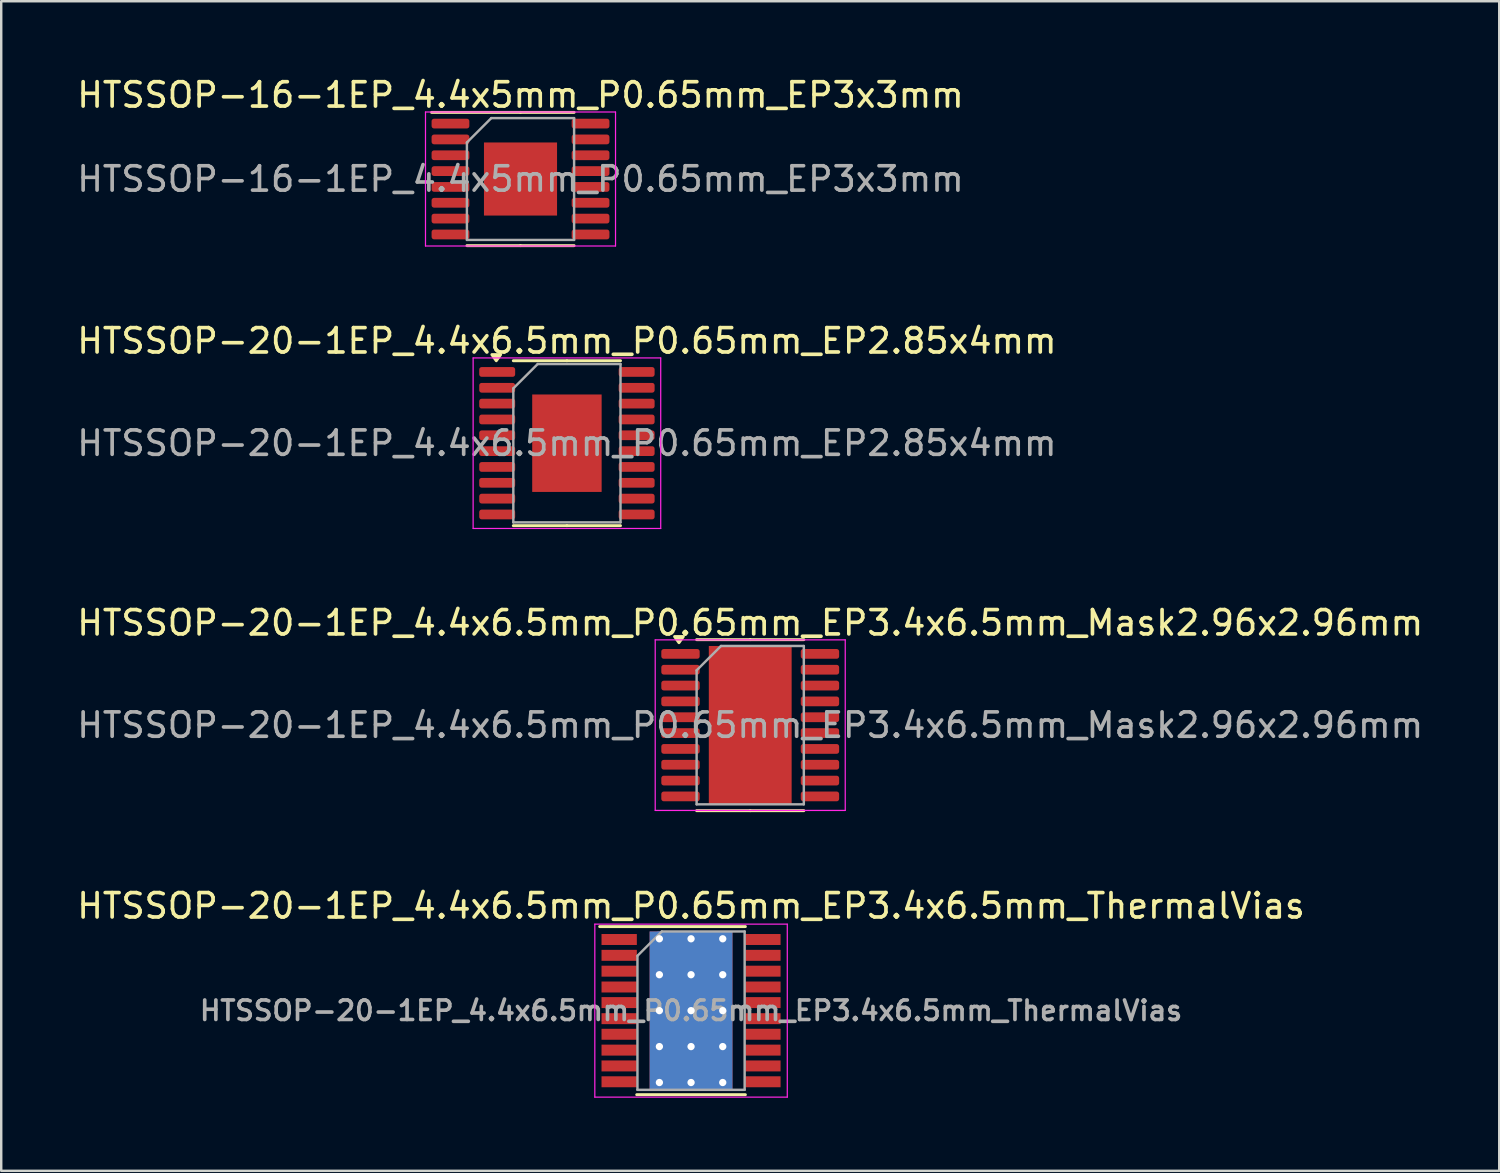
<source format=kicad_pcb>
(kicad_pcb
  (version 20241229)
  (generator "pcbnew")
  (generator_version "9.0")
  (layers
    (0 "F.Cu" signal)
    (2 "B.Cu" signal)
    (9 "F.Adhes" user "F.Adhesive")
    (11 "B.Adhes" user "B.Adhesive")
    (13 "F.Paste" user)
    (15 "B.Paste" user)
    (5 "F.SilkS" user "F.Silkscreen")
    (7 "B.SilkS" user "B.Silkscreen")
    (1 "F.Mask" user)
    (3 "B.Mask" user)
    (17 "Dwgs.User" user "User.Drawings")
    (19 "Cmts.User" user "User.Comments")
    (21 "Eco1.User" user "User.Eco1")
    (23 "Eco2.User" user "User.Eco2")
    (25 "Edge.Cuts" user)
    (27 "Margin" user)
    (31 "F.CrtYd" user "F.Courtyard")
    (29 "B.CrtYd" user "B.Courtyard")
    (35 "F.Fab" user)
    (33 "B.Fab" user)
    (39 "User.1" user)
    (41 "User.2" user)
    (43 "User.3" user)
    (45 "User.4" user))
  (footprint "HTSSOP-16-1EP_4.4x5mm_P0.65mm_EP3x3mm"
    (layer "F.Cu")
    (at 18.315 4.298)
    (property "Reference" "HTSSOP-16-1EP_4.4x5mm_P0.65mm_EP3x3mm" (at 0 -3.45 0) (layer "F.SilkS") (effects (font (size 1 1) (thickness 0.15))))
    (attr smd)
    (fp_line (start 0 -2.735) (end -3.65 -2.735) (stroke (width 0.12) (type solid)) (layer "F.SilkS"))
    (fp_line (start 0 -2.735) (end 2.2 -2.735) (stroke (width 0.12) (type solid)) (layer "F.SilkS"))
    (fp_line (start 0 2.735) (end -2.2 2.735) (stroke (width 0.12) (type solid)) (layer "F.SilkS"))
    (fp_line (start 0 2.735) (end 2.2 2.735) (stroke (width 0.12) (type solid)) (layer "F.SilkS"))
    (fp_line (start -3.9 -2.75) (end -3.9 2.75) (stroke (width 0.05) (type solid)) (layer "F.CrtYd"))
    (fp_line (start -3.9 2.75) (end 3.9 2.75) (stroke (width 0.05) (type solid)) (layer "F.CrtYd"))
    (fp_line (start 3.9 -2.75) (end -3.9 -2.75) (stroke (width 0.05) (type solid)) (layer "F.CrtYd"))
    (fp_line (start 3.9 2.75) (end 3.9 -2.75) (stroke (width 0.05) (type solid)) (layer "F.CrtYd"))
    (fp_line (start -2.2 -1.5) (end -1.2 -2.5) (stroke (width 0.1) (type solid)) (layer "F.Fab"))
    (fp_line (start -2.2 2.5) (end -2.2 -1.5) (stroke (width 0.1) (type solid)) (layer "F.Fab"))
    (fp_line (start -1.2 -2.5) (end 2.2 -2.5) (stroke (width 0.1) (type solid)) (layer "F.Fab"))
    (fp_line (start 2.2 -2.5) (end 2.2 2.5) (stroke (width 0.1) (type solid)) (layer "F.Fab"))
    (fp_line (start 2.2 2.5) (end -2.2 2.5) (stroke (width 0.1) (type solid)) (layer "F.Fab"))
    (fp_text user "${REFERENCE}" (at 0 0 0) (layer "F.Fab") (effects (font (size 1 1) (thickness 0.15))))
    (pad "" smd roundrect (at -0.75 -0.75) (size 1.21 1.21) (layers "F.Paste") (roundrect_rratio 0.207))
    (pad "" smd roundrect (at -0.75 0.75) (size 1.21 1.21) (layers "F.Paste") (roundrect_rratio 0.207))
    (pad "" smd roundrect (at 0.75 -0.75) (size 1.21 1.21) (layers "F.Paste") (roundrect_rratio 0.207))
    (pad "" smd roundrect (at 0.75 0.75) (size 1.21 1.21) (layers "F.Paste") (roundrect_rratio 0.207))
    (pad "1" smd roundrect (at -2.875 -2.275) (size 1.55 0.4) (layers "F.Cu" "F.Mask" "F.Paste") (roundrect_rratio 0.25))
    (pad "2" smd roundrect (at -2.875 -1.625) (size 1.55 0.4) (layers "F.Cu" "F.Mask" "F.Paste") (roundrect_rratio 0.25))
    (pad "3" smd roundrect (at -2.875 -0.975) (size 1.55 0.4) (layers "F.Cu" "F.Mask" "F.Paste") (roundrect_rratio 0.25))
    (pad "4" smd roundrect (at -2.875 -0.325) (size 1.55 0.4) (layers "F.Cu" "F.Mask" "F.Paste") (roundrect_rratio 0.25))
    (pad "5" smd roundrect (at -2.875 0.325) (size 1.55 0.4) (layers "F.Cu" "F.Mask" "F.Paste") (roundrect_rratio 0.25))
    (pad "6" smd roundrect (at -2.875 0.975) (size 1.55 0.4) (layers "F.Cu" "F.Mask" "F.Paste") (roundrect_rratio 0.25))
    (pad "7" smd roundrect (at -2.875 1.625) (size 1.55 0.4) (layers "F.Cu" "F.Mask" "F.Paste") (roundrect_rratio 0.25))
    (pad "8" smd roundrect (at -2.875 2.275) (size 1.55 0.4) (layers "F.Cu" "F.Mask" "F.Paste") (roundrect_rratio 0.25))
    (pad "9" smd roundrect (at 2.875 2.275) (size 1.55 0.4) (layers "F.Cu" "F.Mask" "F.Paste") (roundrect_rratio 0.25))
    (pad "10" smd roundrect (at 2.875 1.625) (size 1.55 0.4) (layers "F.Cu" "F.Mask" "F.Paste") (roundrect_rratio 0.25))
    (pad "11" smd roundrect (at 2.875 0.975) (size 1.55 0.4) (layers "F.Cu" "F.Mask" "F.Paste") (roundrect_rratio 0.25))
    (pad "12" smd roundrect (at 2.875 0.325) (size 1.55 0.4) (layers "F.Cu" "F.Mask" "F.Paste") (roundrect_rratio 0.25))
    (pad "13" smd roundrect (at 2.875 -0.325) (size 1.55 0.4) (layers "F.Cu" "F.Mask" "F.Paste") (roundrect_rratio 0.25))
    (pad "14" smd roundrect (at 2.875 -0.975) (size 1.55 0.4) (layers "F.Cu" "F.Mask" "F.Paste") (roundrect_rratio 0.25))
    (pad "15" smd roundrect (at 2.875 -1.625) (size 1.55 0.4) (layers "F.Cu" "F.Mask" "F.Paste") (roundrect_rratio 0.25))
    (pad "16" smd roundrect (at 2.875 -2.275) (size 1.55 0.4) (layers "F.Cu" "F.Mask" "F.Paste") (roundrect_rratio 0.25))
    (pad "17" smd rect (at 0 0) (size 3 3) (layers "F.Cu" "F.Mask")))
  (footprint "HTSSOP-20-1EP_4.4x6.5mm_P0.65mm_EP2.85x4mm"
    (layer "F.Cu")
    (at 20.22 15.142)
    (property "Reference" "HTSSOP-20-1EP_4.4x6.5mm_P0.65mm_EP2.85x4mm" (at 0 -4.2 0) (layer "F.SilkS") (effects (font (size 1 1) (thickness 0.15))))
    (attr smd)
    (fp_line (start 0 -3.385) (end -2.2 -3.385) (stroke (width 0.12) (type solid)) (layer "F.SilkS"))
    (fp_line (start 0 -3.385) (end 2.2 -3.385) (stroke (width 0.12) (type solid)) (layer "F.SilkS"))
    (fp_line (start 0 3.385) (end -2.2 3.385) (stroke (width 0.12) (type solid)) (layer "F.SilkS"))
    (fp_line (start 0 3.385) (end 2.2 3.385) (stroke (width 0.12) (type solid)) (layer "F.SilkS"))
    (fp_poly (pts (xy -2.9 -3.385) (xy -3.08 -3.637) (xy -2.72 -3.637) (xy -2.9 -3.385)) (stroke (width 0.12) (type solid)) (fill yes) (layer "F.SilkS"))
    (fp_line (start -3.85 -3.5) (end -3.85 3.5) (stroke (width 0.05) (type solid)) (layer "F.CrtYd"))
    (fp_line (start -3.85 3.5) (end 3.85 3.5) (stroke (width 0.05) (type solid)) (layer "F.CrtYd"))
    (fp_line (start 3.85 -3.5) (end -3.85 -3.5) (stroke (width 0.05) (type solid)) (layer "F.CrtYd"))
    (fp_line (start 3.85 3.5) (end 3.85 -3.5) (stroke (width 0.05) (type solid)) (layer "F.CrtYd"))
    (fp_line (start -2.2 -2.25) (end -1.2 -3.25) (stroke (width 0.1) (type solid)) (layer "F.Fab"))
    (fp_line (start -2.2 3.25) (end -2.2 -2.25) (stroke (width 0.1) (type solid)) (layer "F.Fab"))
    (fp_line (start -1.2 -3.25) (end 2.2 -3.25) (stroke (width 0.1) (type solid)) (layer "F.Fab"))
    (fp_line (start 2.2 -3.25) (end 2.2 3.25) (stroke (width 0.1) (type solid)) (layer "F.Fab"))
    (fp_line (start 2.2 3.25) (end -2.2 3.25) (stroke (width 0.1) (type solid)) (layer "F.Fab"))
    (fp_text user "${REFERENCE}" (at 0 0 0) (layer "F.Fab") (effects (font (size 1 1) (thickness 0.15))))
    (pad "" smd roundrect (at 0 -1) (size 2.3 1.61) (layers "F.Paste") (roundrect_rratio 0.155))
    (pad "" smd roundrect (at 0 1) (size 2.3 1.61) (layers "F.Paste") (roundrect_rratio 0.155))
    (pad "1" smd roundrect (at -2.862 -2.925) (size 1.475 0.4) (layers "F.Cu" "F.Mask" "F.Paste") (roundrect_rratio 0.25))
    (pad "2" smd roundrect (at -2.862 -2.275) (size 1.475 0.4) (layers "F.Cu" "F.Mask" "F.Paste") (roundrect_rratio 0.25))
    (pad "3" smd roundrect (at -2.862 -1.625) (size 1.475 0.4) (layers "F.Cu" "F.Mask" "F.Paste") (roundrect_rratio 0.25))
    (pad "4" smd roundrect (at -2.862 -0.975) (size 1.475 0.4) (layers "F.Cu" "F.Mask" "F.Paste") (roundrect_rratio 0.25))
    (pad "5" smd roundrect (at -2.862 -0.325) (size 1.475 0.4) (layers "F.Cu" "F.Mask" "F.Paste") (roundrect_rratio 0.25))
    (pad "6" smd roundrect (at -2.862 0.325) (size 1.475 0.4) (layers "F.Cu" "F.Mask" "F.Paste") (roundrect_rratio 0.25))
    (pad "7" smd roundrect (at -2.862 0.975) (size 1.475 0.4) (layers "F.Cu" "F.Mask" "F.Paste") (roundrect_rratio 0.25))
    (pad "8" smd roundrect (at -2.862 1.625) (size 1.475 0.4) (layers "F.Cu" "F.Mask" "F.Paste") (roundrect_rratio 0.25))
    (pad "9" smd roundrect (at -2.862 2.275) (size 1.475 0.4) (layers "F.Cu" "F.Mask" "F.Paste") (roundrect_rratio 0.25))
    (pad "10" smd roundrect (at -2.862 2.925) (size 1.475 0.4) (layers "F.Cu" "F.Mask" "F.Paste") (roundrect_rratio 0.25))
    (pad "11" smd roundrect (at 2.862 2.925) (size 1.475 0.4) (layers "F.Cu" "F.Mask" "F.Paste") (roundrect_rratio 0.25))
    (pad "12" smd roundrect (at 2.862 2.275) (size 1.475 0.4) (layers "F.Cu" "F.Mask" "F.Paste") (roundrect_rratio 0.25))
    (pad "13" smd roundrect (at 2.862 1.625) (size 1.475 0.4) (layers "F.Cu" "F.Mask" "F.Paste") (roundrect_rratio 0.25))
    (pad "14" smd roundrect (at 2.862 0.975) (size 1.475 0.4) (layers "F.Cu" "F.Mask" "F.Paste") (roundrect_rratio 0.25))
    (pad "15" smd roundrect (at 2.862 0.325) (size 1.475 0.4) (layers "F.Cu" "F.Mask" "F.Paste") (roundrect_rratio 0.25))
    (pad "16" smd roundrect (at 2.862 -0.325) (size 1.475 0.4) (layers "F.Cu" "F.Mask" "F.Paste") (roundrect_rratio 0.25))
    (pad "17" smd roundrect (at 2.862 -0.975) (size 1.475 0.4) (layers "F.Cu" "F.Mask" "F.Paste") (roundrect_rratio 0.25))
    (pad "18" smd roundrect (at 2.862 -1.625) (size 1.475 0.4) (layers "F.Cu" "F.Mask" "F.Paste") (roundrect_rratio 0.25))
    (pad "19" smd roundrect (at 2.862 -2.275) (size 1.475 0.4) (layers "F.Cu" "F.Mask" "F.Paste") (roundrect_rratio 0.25))
    (pad "20" smd roundrect (at 2.862 -2.925) (size 1.475 0.4) (layers "F.Cu" "F.Mask" "F.Paste") (roundrect_rratio 0.25))
    (pad "21" smd rect (at 0 0) (size 2.85 4) (property pad_prop_heatsink) (layers "F.Cu" "F.Mask")))
  (footprint "HTSSOP-20-1EP_4.4x6.5mm_P0.65mm_EP3.4x6.5mm_ThermalVias"
    (layer "F.Cu")
    (at 25.315 38.433)
    (property "Reference" "HTSSOP-20-1EP_4.4x6.5mm_P0.65mm_EP3.4x6.5mm_ThermalVias" (at 0 -4.3 0) (layer "F.SilkS") (effects (font (size 1 1) (thickness 0.15))))
    (attr smd)
    (fp_line (start -3.75 -3.45) (end 2.23 -3.45) (stroke (width 0.12) (type solid)) (layer "F.SilkS"))
    (fp_line (start -2.23 3.45) (end 2.23 3.45) (stroke (width 0.12) (type solid)) (layer "F.SilkS"))
    (fp_line (start -3.95 -3.55) (end -3.95 3.55) (stroke (width 0.05) (type solid)) (layer "F.CrtYd"))
    (fp_line (start -3.95 -3.55) (end 3.95 -3.55) (stroke (width 0.05) (type solid)) (layer "F.CrtYd"))
    (fp_line (start -3.95 3.55) (end 3.95 3.55) (stroke (width 0.05) (type solid)) (layer "F.CrtYd"))
    (fp_line (start 3.95 -3.55) (end 3.95 3.55) (stroke (width 0.05) (type solid)) (layer "F.CrtYd"))
    (fp_line (start -2.2 -2.25) (end -1.2 -3.25) (stroke (width 0.1) (type solid)) (layer "F.Fab"))
    (fp_line (start -2.2 3.25) (end -2.2 -2.25) (stroke (width 0.1) (type solid)) (layer "F.Fab"))
    (fp_line (start -1.2 -3.25) (end 2.2 -3.25) (stroke (width 0.1) (type solid)) (layer "F.Fab"))
    (fp_line (start 2.2 -3.25) (end 2.2 3.25) (stroke (width 0.1) (type solid)) (layer "F.Fab"))
    (fp_line (start 2.2 3.25) (end -2.2 3.25) (stroke (width 0.1) (type solid)) (layer "F.Fab"))
    (fp_text user "${REFERENCE}" (at 0 0 0) (layer "F.Fab") (effects (font (size 0.8 0.8) (thickness 0.15))))
    (pad "" smd rect (at -0.85 -2.212) (size 1.4 1.075) (layers "F.Paste"))
    (pad "" smd rect (at -0.85 -0.738) (size 1.4 1.075) (layers "F.Paste"))
    (pad "" smd rect (at -0.85 0.738) (size 1.4 1.075) (layers "F.Paste"))
    (pad "" smd rect (at -0.85 2.212) (size 1.4 1.075) (layers "F.Paste"))
    (pad "" smd rect (at 0.85 -2.212) (size 1.4 1.075) (layers "F.Paste"))
    (pad "" smd rect (at 0.85 -0.738) (size 1.4 1.075) (layers "F.Paste"))
    (pad "" smd rect (at 0.85 0.738) (size 1.4 1.075) (layers "F.Paste"))
    (pad "" smd rect (at 0.85 2.212) (size 1.4 1.075) (layers "F.Paste"))
    (pad "1" smd rect (at -2.95 -2.92) (size 1.45 0.45) (layers "F.Cu" "F.Mask" "F.Paste"))
    (pad "2" smd rect (at -2.95 -2.27) (size 1.45 0.45) (layers "F.Cu" "F.Mask" "F.Paste"))
    (pad "3" smd rect (at -2.95 -1.62) (size 1.45 0.45) (layers "F.Cu" "F.Mask" "F.Paste"))
    (pad "4" smd rect (at -2.95 -0.97) (size 1.45 0.45) (layers "F.Cu" "F.Mask" "F.Paste"))
    (pad "5" smd rect (at -2.95 -0.33) (size 1.45 0.45) (layers "F.Cu" "F.Mask" "F.Paste"))
    (pad "6" smd rect (at -2.95 0.33) (size 1.45 0.45) (layers "F.Cu" "F.Mask" "F.Paste"))
    (pad "7" smd rect (at -2.95 0.97) (size 1.45 0.45) (layers "F.Cu" "F.Mask" "F.Paste"))
    (pad "8" smd rect (at -2.95 1.62) (size 1.45 0.45) (layers "F.Cu" "F.Mask" "F.Paste"))
    (pad "9" smd rect (at -2.95 2.27) (size 1.45 0.45) (layers "F.Cu" "F.Mask" "F.Paste"))
    (pad "10" smd rect (at -2.95 2.92) (size 1.45 0.45) (layers "F.Cu" "F.Mask" "F.Paste"))
    (pad "11" smd rect (at 2.95 2.92) (size 1.45 0.45) (layers "F.Cu" "F.Mask" "F.Paste"))
    (pad "12" smd rect (at 2.95 2.27) (size 1.45 0.45) (layers "F.Cu" "F.Mask" "F.Paste"))
    (pad "13" smd rect (at 2.95 1.62) (size 1.45 0.45) (layers "F.Cu" "F.Mask" "F.Paste"))
    (pad "14" smd rect (at 2.95 0.97) (size 1.45 0.45) (layers "F.Cu" "F.Mask" "F.Paste"))
    (pad "15" smd rect (at 2.95 0.33) (size 1.45 0.45) (layers "F.Cu" "F.Mask" "F.Paste"))
    (pad "16" smd rect (at 2.95 -0.33) (size 1.45 0.45) (layers "F.Cu" "F.Mask" "F.Paste"))
    (pad "17" smd rect (at 2.95 -0.97) (size 1.45 0.45) (layers "F.Cu" "F.Mask" "F.Paste"))
    (pad "18" smd rect (at 2.95 -1.62) (size 1.45 0.45) (layers "F.Cu" "F.Mask" "F.Paste"))
    (pad "19" smd rect (at 2.95 -2.27) (size 1.45 0.45) (layers "F.Cu" "F.Mask" "F.Paste"))
    (pad "20" smd rect (at 2.95 -2.92) (size 1.45 0.45) (layers "F.Cu" "F.Mask" "F.Paste"))
    (pad "21" thru_hole circle (at -1.3 -2.95) (size 0.6 0.6) (drill 0.3) (layers "*.Cu"))
    (pad "21" thru_hole circle (at -1.3 -1.475) (size 0.6 0.6) (drill 0.3) (layers "*.Cu"))
    (pad "21" thru_hole circle (at -1.3 0) (size 0.6 0.6) (drill 0.3) (layers "*.Cu"))
    (pad "21" thru_hole circle (at -1.3 1.475) (size 0.6 0.6) (drill 0.3) (layers "*.Cu"))
    (pad "21" thru_hole circle (at -1.3 2.95) (size 0.6 0.6) (drill 0.3) (layers "*.Cu"))
    (pad "21" thru_hole circle (at 0 -2.95) (size 0.6 0.6) (drill 0.3) (layers "*.Cu"))
    (pad "21" thru_hole circle (at 0 -1.475) (size 0.6 0.6) (drill 0.3) (layers "*.Cu"))
    (pad "21" thru_hole circle (at 0 0) (size 0.6 0.6) (drill 0.3) (layers "*.Cu"))
    (pad "21" smd rect (at 0 0) (size 3.4 6.5) (layers "F.Cu" "F.Mask"))
    (pad "21" smd rect (at 0 0) (size 3.4 6.5) (layers "B.Cu"))
    (pad "21" thru_hole circle (at 0 1.475) (size 0.6 0.6) (drill 0.3) (layers "*.Cu"))
    (pad "21" thru_hole circle (at 0 2.95) (size 0.6 0.6) (drill 0.3) (layers "*.Cu"))
    (pad "21" thru_hole circle (at 1.3 -2.95) (size 0.6 0.6) (drill 0.3) (layers "*.Cu"))
    (pad "21" thru_hole circle (at 1.3 -1.475) (size 0.6 0.6) (drill 0.3) (layers "*.Cu"))
    (pad "21" thru_hole circle (at 1.3 0) (size 0.6 0.6) (drill 0.3) (layers "*.Cu"))
    (pad "21" thru_hole circle (at 1.3 1.475) (size 0.6 0.6) (drill 0.3) (layers "*.Cu"))
    (pad "21" thru_hole circle (at 1.3 2.95) (size 0.6 0.6) (drill 0.3) (layers "*.Cu")))
  (footprint "HTSSOP-20-1EP_4.4x6.5mm_P0.65mm_EP3.4x6.5mm_Mask2.96x2.96mm"
    (layer "F.Cu")
    (at 27.744 26.715)
    (property "Reference" "HTSSOP-20-1EP_4.4x6.5mm_P0.65mm_EP3.4x6.5mm_Mask2.96x2.96mm" (at 0 -4.2 0) (layer "F.SilkS") (effects (font (size 1 1) (thickness 0.15))))
    (attr smd)
    (fp_line (start 0 -3.51) (end -2.2 -3.51) (stroke (width 0.12) (type solid)) (layer "F.SilkS"))
    (fp_line (start 0 -3.51) (end 2.2 -3.51) (stroke (width 0.12) (type solid)) (layer "F.SilkS"))
    (fp_line (start 0 3.51) (end -2.2 3.51) (stroke (width 0.12) (type solid)) (layer "F.SilkS"))
    (fp_line (start 0 3.51) (end 2.2 3.51) (stroke (width 0.12) (type solid)) (layer "F.SilkS"))
    (fp_poly (pts (xy -2.925 -3.385) (xy -3.105 -3.637) (xy -2.745 -3.637) (xy -2.925 -3.385)) (stroke (width 0.12) (type solid)) (fill yes) (layer "F.SilkS"))
    (fp_line (start -3.9 -3.5) (end -3.9 3.5) (stroke (width 0.05) (type solid)) (layer "F.CrtYd"))
    (fp_line (start -3.9 3.5) (end 3.9 3.5) (stroke (width 0.05) (type solid)) (layer "F.CrtYd"))
    (fp_line (start 3.9 -3.5) (end -3.9 -3.5) (stroke (width 0.05) (type solid)) (layer "F.CrtYd"))
    (fp_line (start 3.9 3.5) (end 3.9 -3.5) (stroke (width 0.05) (type solid)) (layer "F.CrtYd"))
    (fp_line (start -2.2 -2.25) (end -1.2 -3.25) (stroke (width 0.1) (type solid)) (layer "F.Fab"))
    (fp_line (start -2.2 3.25) (end -2.2 -2.25) (stroke (width 0.1) (type solid)) (layer "F.Fab"))
    (fp_line (start -1.2 -3.25) (end 2.2 -3.25) (stroke (width 0.1) (type solid)) (layer "F.Fab"))
    (fp_line (start 2.2 -3.25) (end 2.2 3.25) (stroke (width 0.1) (type solid)) (layer "F.Fab"))
    (fp_line (start 2.2 3.25) (end -2.2 3.25) (stroke (width 0.1) (type solid)) (layer "F.Fab"))
    (fp_text user "${REFERENCE}" (at 0 0 0) (layer "F.Fab") (effects (font (size 1 1) (thickness 0.15))))
    (pad "" smd roundrect (at 0 0) (size 2.39 2.39) (layers "F.Paste") (roundrect_rratio 0.105))
    (pad "" smd rect (at 0 0) (size 2.96 2.96) (layers "F.Mask"))
    (pad "1" smd roundrect (at -2.862 -2.925) (size 1.575 0.4) (layers "F.Cu" "F.Mask" "F.Paste") (roundrect_rratio 0.25))
    (pad "2" smd roundrect (at -2.862 -2.275) (size 1.575 0.4) (layers "F.Cu" "F.Mask" "F.Paste") (roundrect_rratio 0.25))
    (pad "3" smd roundrect (at -2.862 -1.625) (size 1.575 0.4) (layers "F.Cu" "F.Mask" "F.Paste") (roundrect_rratio 0.25))
    (pad "4" smd roundrect (at -2.862 -0.975) (size 1.575 0.4) (layers "F.Cu" "F.Mask" "F.Paste") (roundrect_rratio 0.25))
    (pad "5" smd roundrect (at -2.862 -0.325) (size 1.575 0.4) (layers "F.Cu" "F.Mask" "F.Paste") (roundrect_rratio 0.25))
    (pad "6" smd roundrect (at -2.862 0.325) (size 1.575 0.4) (layers "F.Cu" "F.Mask" "F.Paste") (roundrect_rratio 0.25))
    (pad "7" smd roundrect (at -2.862 0.975) (size 1.575 0.4) (layers "F.Cu" "F.Mask" "F.Paste") (roundrect_rratio 0.25))
    (pad "8" smd roundrect (at -2.862 1.625) (size 1.575 0.4) (layers "F.Cu" "F.Mask" "F.Paste") (roundrect_rratio 0.25))
    (pad "9" smd roundrect (at -2.862 2.275) (size 1.575 0.4) (layers "F.Cu" "F.Mask" "F.Paste") (roundrect_rratio 0.25))
    (pad "10" smd roundrect (at -2.862 2.925) (size 1.575 0.4) (layers "F.Cu" "F.Mask" "F.Paste") (roundrect_rratio 0.25))
    (pad "11" smd roundrect (at 2.862 2.925) (size 1.575 0.4) (layers "F.Cu" "F.Mask" "F.Paste") (roundrect_rratio 0.25))
    (pad "12" smd roundrect (at 2.862 2.275) (size 1.575 0.4) (layers "F.Cu" "F.Mask" "F.Paste") (roundrect_rratio 0.25))
    (pad "13" smd roundrect (at 2.862 1.625) (size 1.575 0.4) (layers "F.Cu" "F.Mask" "F.Paste") (roundrect_rratio 0.25))
    (pad "14" smd roundrect (at 2.862 0.975) (size 1.575 0.4) (layers "F.Cu" "F.Mask" "F.Paste") (roundrect_rratio 0.25))
    (pad "15" smd roundrect (at 2.862 0.325) (size 1.575 0.4) (layers "F.Cu" "F.Mask" "F.Paste") (roundrect_rratio 0.25))
    (pad "16" smd roundrect (at 2.862 -0.325) (size 1.575 0.4) (layers "F.Cu" "F.Mask" "F.Paste") (roundrect_rratio 0.25))
    (pad "17" smd roundrect (at 2.862 -0.975) (size 1.575 0.4) (layers "F.Cu" "F.Mask" "F.Paste") (roundrect_rratio 0.25))
    (pad "18" smd roundrect (at 2.862 -1.625) (size 1.575 0.4) (layers "F.Cu" "F.Mask" "F.Paste") (roundrect_rratio 0.25))
    (pad "19" smd roundrect (at 2.862 -2.275) (size 1.575 0.4) (layers "F.Cu" "F.Mask" "F.Paste") (roundrect_rratio 0.25))
    (pad "20" smd roundrect (at 2.862 -2.925) (size 1.575 0.4) (layers "F.Cu" "F.Mask" "F.Paste") (roundrect_rratio 0.25))
    (pad "21" smd rect (at 0 0) (size 3.4 6.5) (property pad_prop_heatsink) (layers "F.Cu")))
  (gr_rect
    (start -3 -3)
    (end 58.488 45.008)
    (stroke (width 0.1) (type default))
    (fill no)
    (layer "Edge.Cuts")))
</source>
